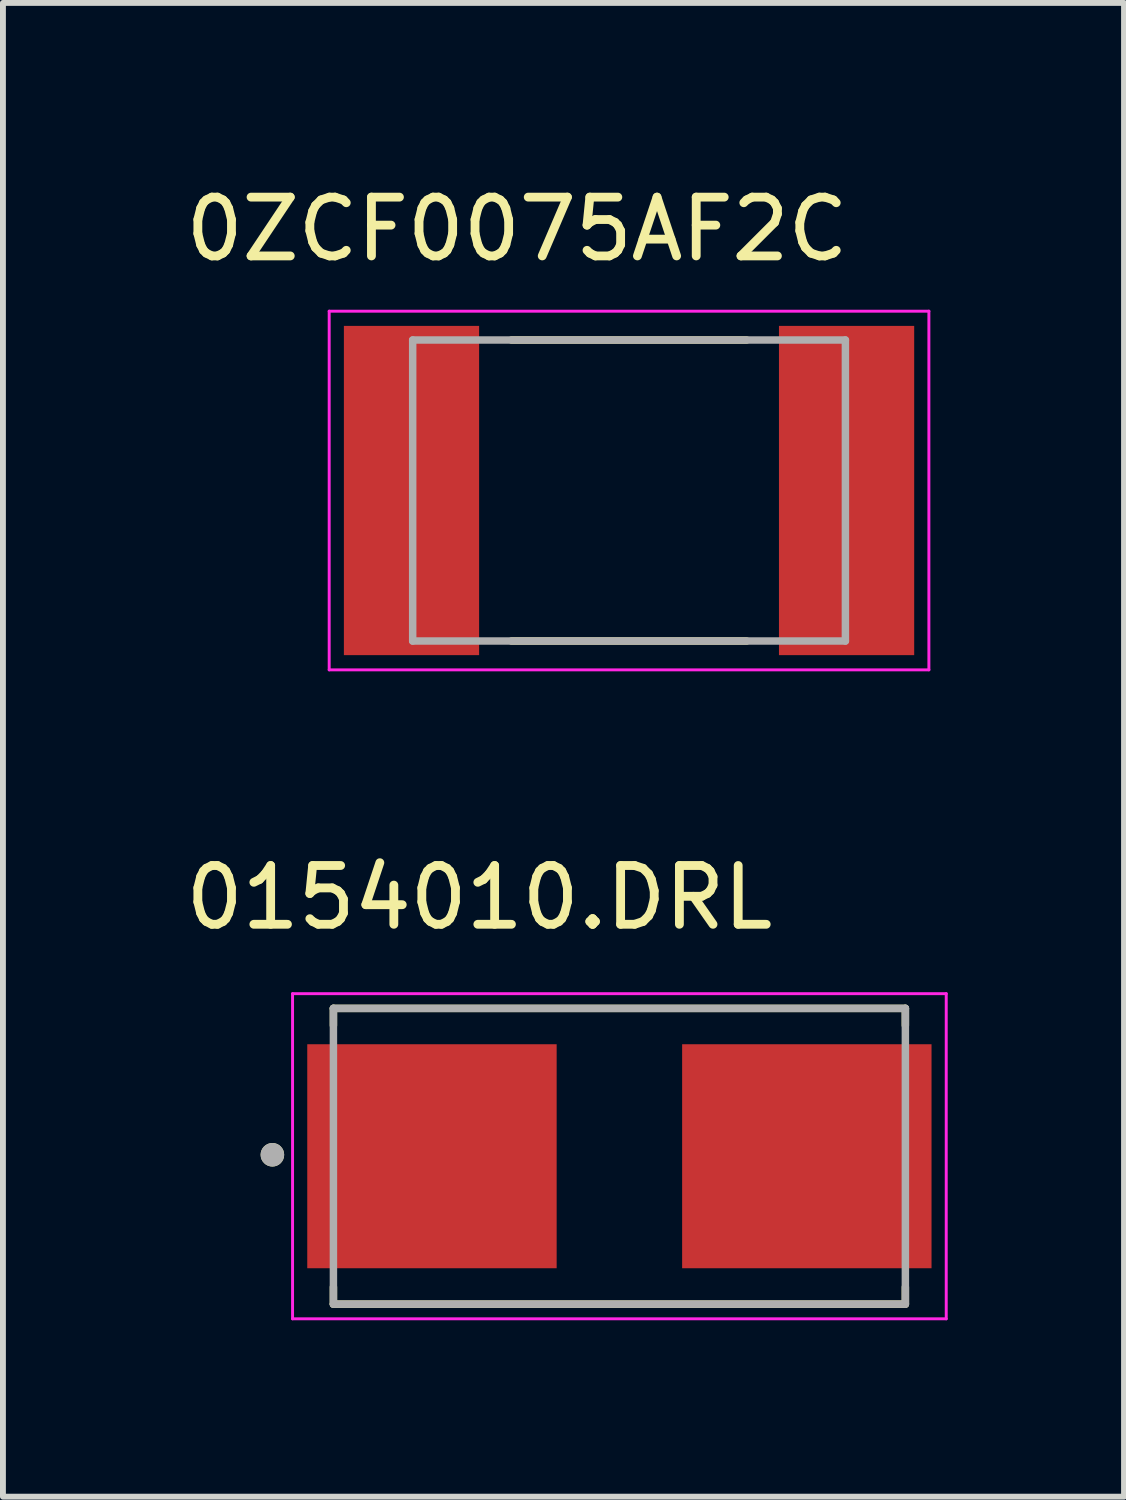
<source format=kicad_pcb>
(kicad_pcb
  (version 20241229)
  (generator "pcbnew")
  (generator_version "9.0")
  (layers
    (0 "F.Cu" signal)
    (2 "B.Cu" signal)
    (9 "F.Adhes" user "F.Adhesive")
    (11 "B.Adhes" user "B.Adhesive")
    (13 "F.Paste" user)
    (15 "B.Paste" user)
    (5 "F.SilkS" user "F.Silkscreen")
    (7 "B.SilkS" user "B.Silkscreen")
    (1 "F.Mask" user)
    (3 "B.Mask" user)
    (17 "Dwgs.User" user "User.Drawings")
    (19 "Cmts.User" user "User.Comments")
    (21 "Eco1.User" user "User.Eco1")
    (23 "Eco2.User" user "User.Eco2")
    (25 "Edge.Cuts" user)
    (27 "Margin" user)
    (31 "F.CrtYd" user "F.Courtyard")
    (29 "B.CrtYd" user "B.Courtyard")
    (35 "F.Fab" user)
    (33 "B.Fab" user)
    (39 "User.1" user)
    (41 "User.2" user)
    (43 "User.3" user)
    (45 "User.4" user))
  (footprint "0ZCF0075AF2C"
    (layer "F.Cu")
    (at 7.649 5.293)
    (property "Reference" "0ZCF0075AF2C" (at -1.905 -4.445 0) (layer "F.SilkS") (effects (font (size 1 1) (thickness 0.15))))
    (attr smd)
    (fp_line (start -2 -2.56) (end 2 -2.56) (stroke (width 0.127) (type solid)) (layer "F.SilkS"))
    (fp_line (start -2 2.56) (end 2 2.56) (stroke (width 0.127) (type solid)) (layer "F.SilkS"))
    (fp_line (start -5.1 -3.05) (end 5.1 -3.05) (stroke (width 0.05) (type solid)) (layer "F.CrtYd"))
    (fp_line (start -5.1 3.05) (end -5.1 -3.05) (stroke (width 0.05) (type solid)) (layer "F.CrtYd"))
    (fp_line (start 5.1 -3.05) (end 5.1 3.05) (stroke (width 0.05) (type solid)) (layer "F.CrtYd"))
    (fp_line (start 5.1 3.05) (end -5.1 3.05) (stroke (width 0.05) (type solid)) (layer "F.CrtYd"))
    (fp_line (start -3.68 -2.56) (end -3.68 2.56) (stroke (width 0.127) (type solid)) (layer "F.Fab"))
    (fp_line (start -3.68 2.56) (end 3.68 2.56) (stroke (width 0.127) (type solid)) (layer "F.Fab"))
    (fp_line (start 3.68 -2.56) (end -3.68 -2.56) (stroke (width 0.127) (type solid)) (layer "F.Fab"))
    (fp_line (start 3.68 2.56) (end 3.68 -2.56) (stroke (width 0.127) (type solid)) (layer "F.Fab"))
    (pad "1" smd rect (at -3.7 0 90) (size 5.6 2.3) (layers "F.Cu" "F.Mask" "F.Paste"))
    (pad "2" smd rect (at 3.7 0 90) (size 5.6 2.3) (layers "F.Cu" "F.Mask" "F.Paste")))
  (footprint "0154010.DRL"
    (layer "F.Cu")
    (at 7.485 16.616)
    (property "Reference" "0154010.DRL" (at -2.384 -4.4 0) (layer "F.SilkS") (effects (font (size 1 1) (thickness 0.15))))
    (attr smd)
    (fp_line (start -4.864 -2.515) (end 4.864 -2.515) (stroke (width 0.127) (type solid)) (layer "F.SilkS"))
    (fp_line (start -4.864 -2.225) (end -4.864 -2.515) (stroke (width 0.127) (type solid)) (layer "F.SilkS"))
    (fp_line (start -4.864 2.515) (end -4.864 2.225) (stroke (width 0.127) (type solid)) (layer "F.SilkS"))
    (fp_line (start 4.864 -2.515) (end 4.864 -2.225) (stroke (width 0.127) (type solid)) (layer "F.SilkS"))
    (fp_line (start 4.864 2.515) (end -4.864 2.515) (stroke (width 0.127) (type solid)) (layer "F.SilkS"))
    (fp_line (start 4.864 2.515) (end 4.864 2.225) (stroke (width 0.127) (type solid)) (layer "F.SilkS"))
    (fp_circle (center -5.902 -0.025) (end -5.802 -0.025) (stroke (width 0.2) (type solid)) (fill no) (layer "F.SilkS"))
    (fp_line (start -5.559 -2.765) (end -5.559 2.765) (stroke (width 0.05) (type solid)) (layer "F.CrtYd"))
    (fp_line (start -5.559 2.765) (end 5.559 2.765) (stroke (width 0.05) (type solid)) (layer "F.CrtYd"))
    (fp_line (start 5.559 -2.765) (end -5.559 -2.765) (stroke (width 0.05) (type solid)) (layer "F.CrtYd"))
    (fp_line (start 5.559 2.765) (end 5.559 -2.765) (stroke (width 0.05) (type solid)) (layer "F.CrtYd"))
    (fp_line (start -4.864 -2.515) (end 4.864 -2.515) (stroke (width 0.127) (type solid)) (layer "F.Fab"))
    (fp_line (start -4.864 2.515) (end -4.864 -2.515) (stroke (width 0.127) (type solid)) (layer "F.Fab"))
    (fp_line (start 4.864 -2.515) (end 4.864 2.515) (stroke (width 0.127) (type solid)) (layer "F.Fab"))
    (fp_line (start 4.864 2.515) (end -4.864 2.515) (stroke (width 0.127) (type solid)) (layer "F.Fab"))
    (fp_circle (center -5.902 -0.025) (end -5.802 -0.025) (stroke (width 0.2) (type solid)) (fill no) (layer "F.Fab"))
    (pad "1" smd rect (at -3.188 0) (size 4.242 3.81) (layers "F.Cu" "F.Mask" "F.Paste"))
    (pad "2" smd rect (at 3.188 0) (size 4.242 3.81) (layers "F.Cu" "F.Mask" "F.Paste")))
  (gr_rect
    (start -3 -3)
    (end 16.068 22.406)
    (stroke (width 0.1) (type default))
    (fill no)
    (layer "Edge.Cuts")))
</source>
